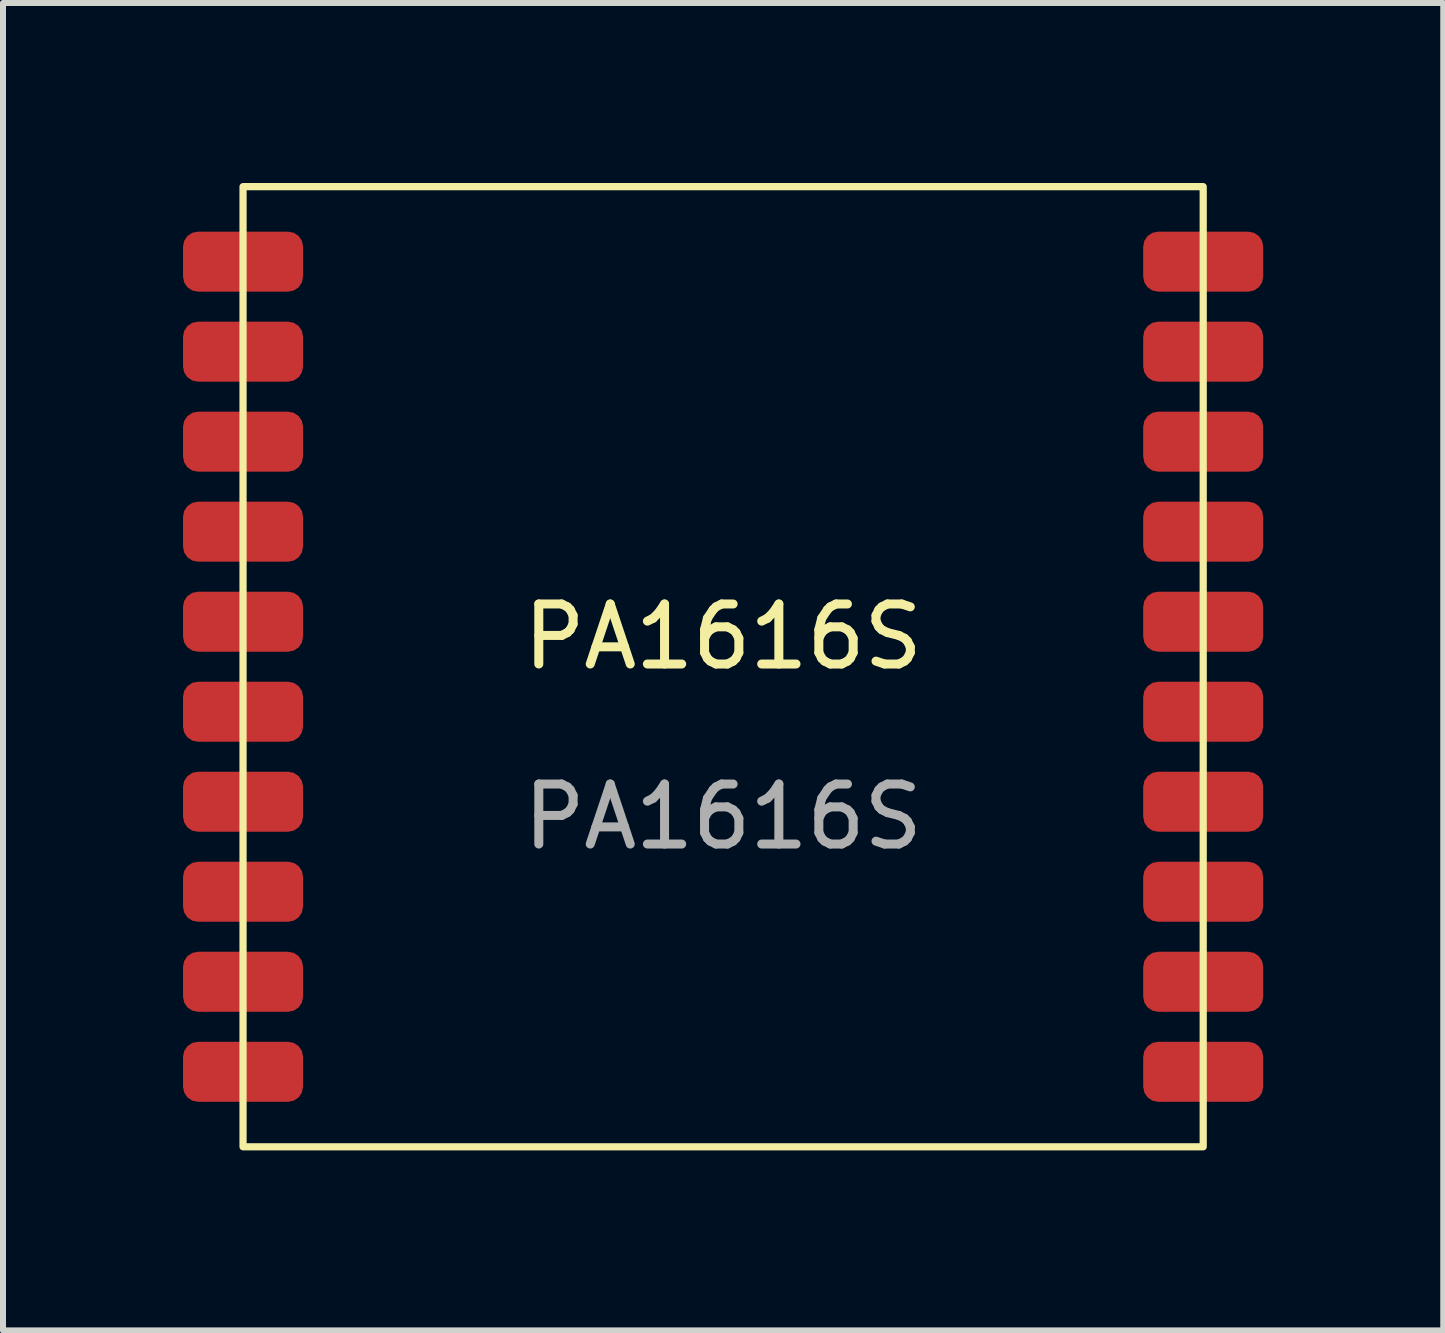
<source format=kicad_pcb>
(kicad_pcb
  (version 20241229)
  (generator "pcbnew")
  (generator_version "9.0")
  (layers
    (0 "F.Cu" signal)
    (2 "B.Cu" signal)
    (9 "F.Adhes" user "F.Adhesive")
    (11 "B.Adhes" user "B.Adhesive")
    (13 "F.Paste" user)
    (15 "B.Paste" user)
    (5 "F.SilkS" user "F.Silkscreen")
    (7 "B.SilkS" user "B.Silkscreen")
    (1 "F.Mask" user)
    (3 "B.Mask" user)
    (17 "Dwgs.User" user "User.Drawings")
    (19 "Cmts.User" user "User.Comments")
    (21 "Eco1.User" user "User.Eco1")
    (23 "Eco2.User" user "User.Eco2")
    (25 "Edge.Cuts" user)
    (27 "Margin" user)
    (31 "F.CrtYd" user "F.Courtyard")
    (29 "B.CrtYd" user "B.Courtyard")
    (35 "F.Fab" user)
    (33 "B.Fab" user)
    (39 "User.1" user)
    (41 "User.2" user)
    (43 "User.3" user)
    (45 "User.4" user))
  (footprint "PA1616S"
    (layer "F.Cu")
    (at 9 8.06)
    (property "Reference" "PA1616S" (at 0 -0.5 0) (unlocked yes) (layer "F.SilkS") (effects (font (size 1 1) (thickness 0.15))))
    (attr smd)
    (fp_rect (start -8 -8) (end 8 8) (stroke (width 0.12) (type default)) (fill no) (layer "F.SilkS"))
    (fp_text user "${REFERENCE}" (at 0 2.5 0) (unlocked yes) (layer "F.Fab") (effects (font (size 1 1) (thickness 0.15))))
    (pad "1" smd roundrect (at -8 -6.75) (size 2 1) (layers "F.Cu" "F.Mask" "F.Paste") (roundrect_rratio 0.25))
    (pad "2" smd roundrect (at -8 -5.25) (size 2 1) (layers "F.Cu" "F.Mask" "F.Paste") (roundrect_rratio 0.25))
    (pad "3" smd roundrect (at -8 -3.75) (size 2 1) (layers "F.Cu" "F.Mask" "F.Paste") (roundrect_rratio 0.25))
    (pad "4" smd roundrect (at -8 -2.25) (size 2 1) (layers "F.Cu" "F.Mask" "F.Paste") (roundrect_rratio 0.25))
    (pad "5" smd roundrect (at -8 -0.75) (size 2 1) (layers "F.Cu" "F.Mask" "F.Paste") (roundrect_rratio 0.25))
    (pad "6" smd roundrect (at -8 0.75) (size 2 1) (layers "F.Cu" "F.Mask" "F.Paste") (roundrect_rratio 0.25))
    (pad "7" smd roundrect (at -8 2.25) (size 2 1) (layers "F.Cu" "F.Mask" "F.Paste") (roundrect_rratio 0.25))
    (pad "8" smd roundrect (at -8 3.75) (size 2 1) (layers "F.Cu" "F.Mask" "F.Paste") (roundrect_rratio 0.25))
    (pad "9" smd roundrect (at -8 5.25) (size 2 1) (layers "F.Cu" "F.Mask" "F.Paste") (roundrect_rratio 0.25))
    (pad "10" smd roundrect (at -8 6.75) (size 2 1) (layers "F.Cu" "F.Mask" "F.Paste") (roundrect_rratio 0.25))
    (pad "11" smd roundrect (at 8 6.75) (size 2 1) (layers "F.Cu" "F.Mask" "F.Paste") (roundrect_rratio 0.25))
    (pad "12" smd roundrect (at 8 5.25) (size 2 1) (layers "F.Cu" "F.Mask" "F.Paste") (roundrect_rratio 0.25))
    (pad "13" smd roundrect (at 8 3.75) (size 2 1) (layers "F.Cu" "F.Mask" "F.Paste") (roundrect_rratio 0.25))
    (pad "14" smd roundrect (at 8 2.25) (size 2 1) (layers "F.Cu" "F.Mask" "F.Paste") (roundrect_rratio 0.25))
    (pad "15" smd roundrect (at 8 0.75) (size 2 1) (layers "F.Cu" "F.Mask" "F.Paste") (roundrect_rratio 0.25))
    (pad "16" smd roundrect (at 8 -0.75) (size 2 1) (layers "F.Cu" "F.Mask" "F.Paste") (roundrect_rratio 0.25))
    (pad "17" smd roundrect (at 8 -2.25) (size 2 1) (layers "F.Cu" "F.Mask" "F.Paste") (roundrect_rratio 0.25))
    (pad "18" smd roundrect (at 8 -3.75) (size 2 1) (layers "F.Cu" "F.Mask" "F.Paste") (roundrect_rratio 0.25))
    (pad "19" smd roundrect (at 8 -5.25) (size 2 1) (layers "F.Cu" "F.Mask" "F.Paste") (roundrect_rratio 0.25))
    (pad "20" smd roundrect (at 8 -6.75) (size 2 1) (layers "F.Cu" "F.Mask" "F.Paste") (roundrect_rratio 0.25)))
  (gr_rect
    (start -3 -3)
    (end 21 19.12)
    (stroke (width 0.1) (type default))
    (fill no)
    (layer "Edge.Cuts")))
</source>
